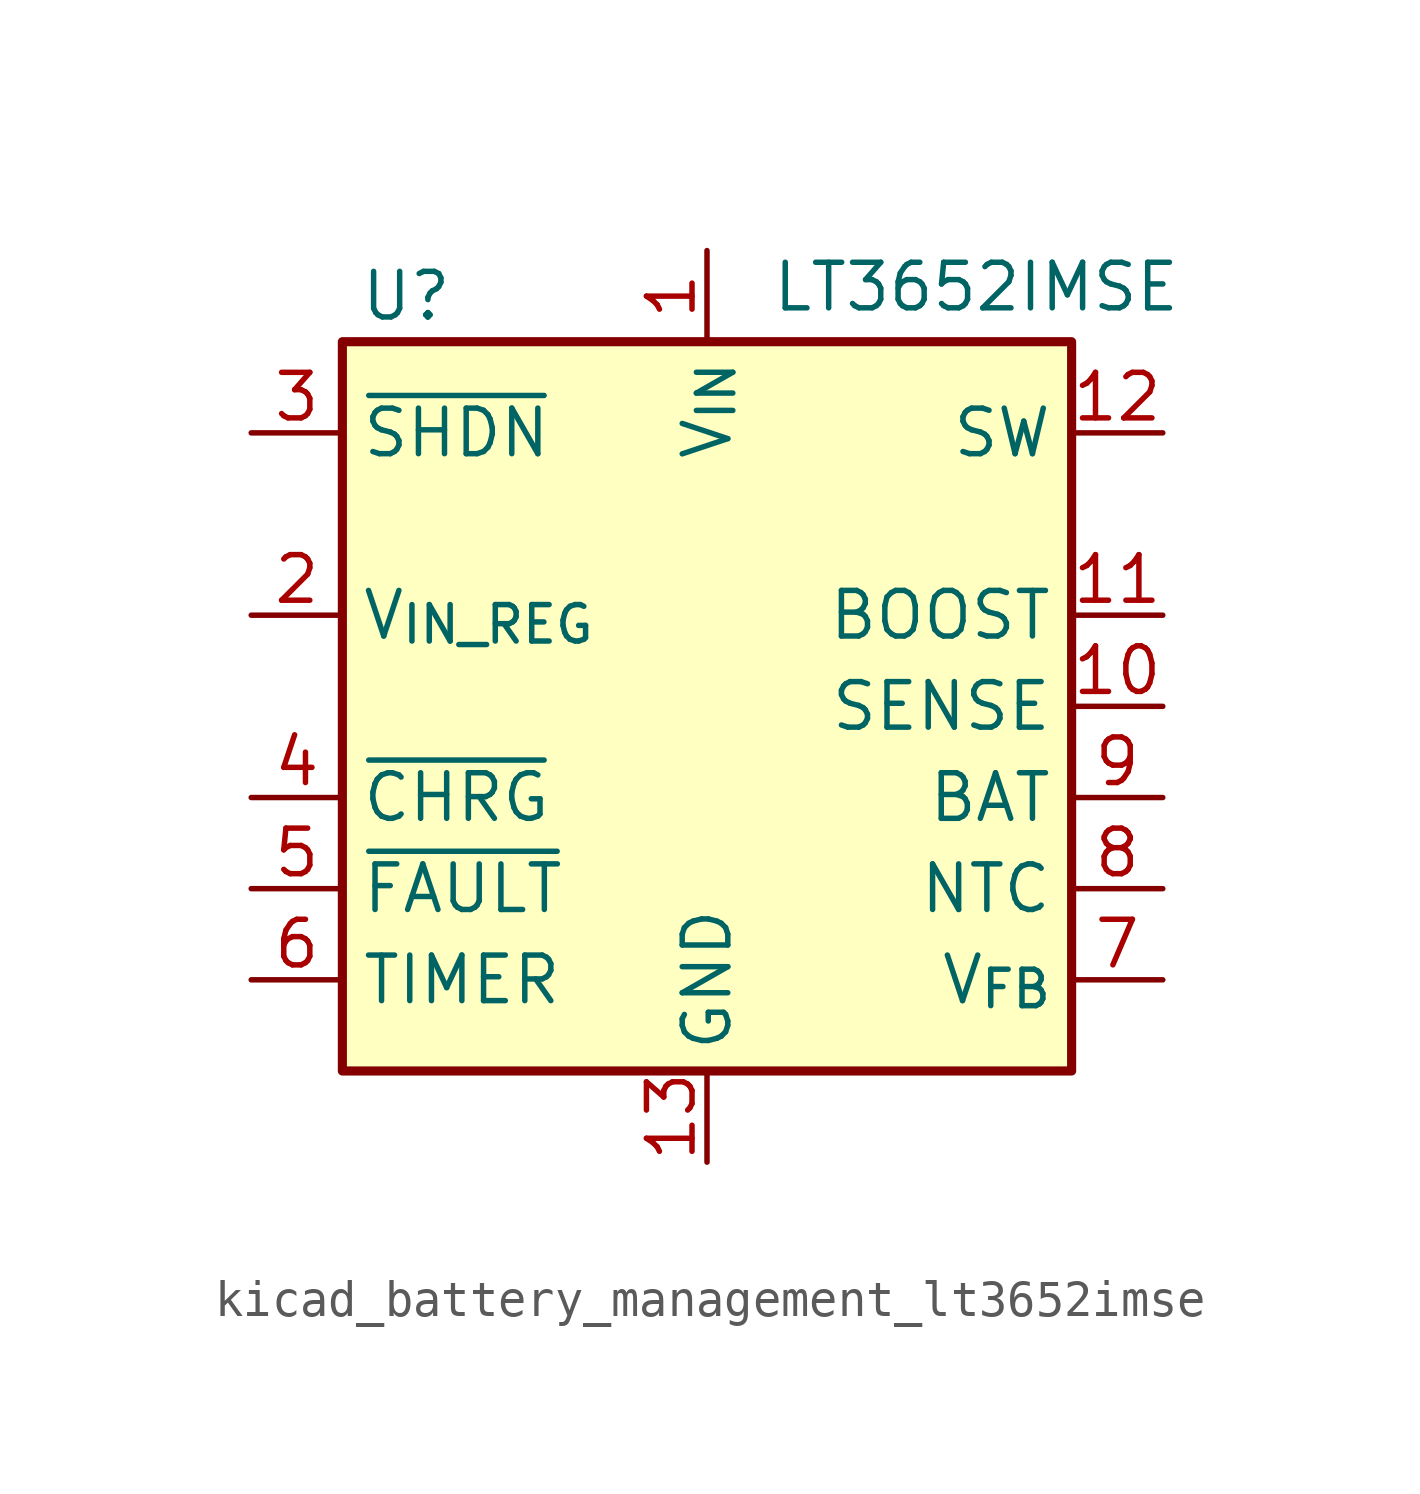
<source format=kicad_sym>
(kicad_symbol_lib
  (version 20220914)
  (generator kicad_symbol_editor)
  (symbol "kicad_battery_management_lt3652imse"
    (property "Reference" "U"
      (at -8.382 11.43 0)
      (effects (font (size 1.27 1.27))))
    (property "Value" "LT3652IMSE"
      (at 1.778 11.684 0)
      (effects (font (size 1.27 1.27)) (justify left)))
    (symbol "kicad_battery_management_lt3652imse_0_1"
      (rectangle (start -10.16 10.16) (end 10.16 -10.16) (stroke (width 0.254) (type default)) (fill (type background))))
    (symbol "kicad_battery_management_lt3652imse_1_1"
      (pin power_in line (at 0 12.7 270) (length 2.54) (name "V_{IN}" (effects (font (size 1.27 1.27)))) (number "1" (effects (font (size 1.27 1.27)))))
      (pin input line (at 12.7 0 180) (length 2.54) (name "SENSE" (effects (font (size 1.27 1.27)))) (number "10" (effects (font (size 1.27 1.27)))))
      (pin input line (at 12.7 2.54 180) (length 2.54) (name "BOOST" (effects (font (size 1.27 1.27)))) (number "11" (effects (font (size 1.27 1.27)))))
      (pin output line (at 12.7 7.62 180) (length 2.54) (name "SW" (effects (font (size 1.27 1.27)))) (number "12" (effects (font (size 1.27 1.27)))))
      (pin power_in line (at 0 -12.7 90) (length 2.54) (name "GND" (effects (font (size 1.27 1.27)))) (number "13" (effects (font (size 1.27 1.27)))))
      (pin input line (at -12.7 2.54 0) (length 2.54) (name "V_{IN_REG}" (effects (font (size 1.27 1.27)))) (number "2" (effects (font (size 1.27 1.27)))))
      (pin input line (at -12.7 7.62 0) (length 2.54) (name "~{SHDN}" (effects (font (size 1.27 1.27)))) (number "3" (effects (font (size 1.27 1.27)))))
      (pin open_collector line (at -12.7 -2.54 0) (length 2.54) (name "~{CHRG}" (effects (font (size 1.27 1.27)))) (number "4" (effects (font (size 1.27 1.27)))))
      (pin open_collector line (at -12.7 -5.08 0) (length 2.54) (name "~{FAULT}" (effects (font (size 1.27 1.27)))) (number "5" (effects (font (size 1.27 1.27)))))
      (pin output line (at -12.7 -7.62 0) (length 2.54) (name "TIMER" (effects (font (size 1.27 1.27)))) (number "6" (effects (font (size 1.27 1.27)))))
      (pin input line (at 12.7 -7.62 180) (length 2.54) (name "V_{FB}" (effects (font (size 1.27 1.27)))) (number "7" (effects (font (size 1.27 1.27)))))
      (pin input line (at 12.7 -5.08 180) (length 2.54) (name "NTC" (effects (font (size 1.27 1.27)))) (number "8" (effects (font (size 1.27 1.27)))))
      (pin output line (at 12.7 -2.54 180) (length 2.54) (name "BAT" (effects (font (size 1.27 1.27)))) (number "9" (effects (font (size 1.27 1.27))))))))
</source>
